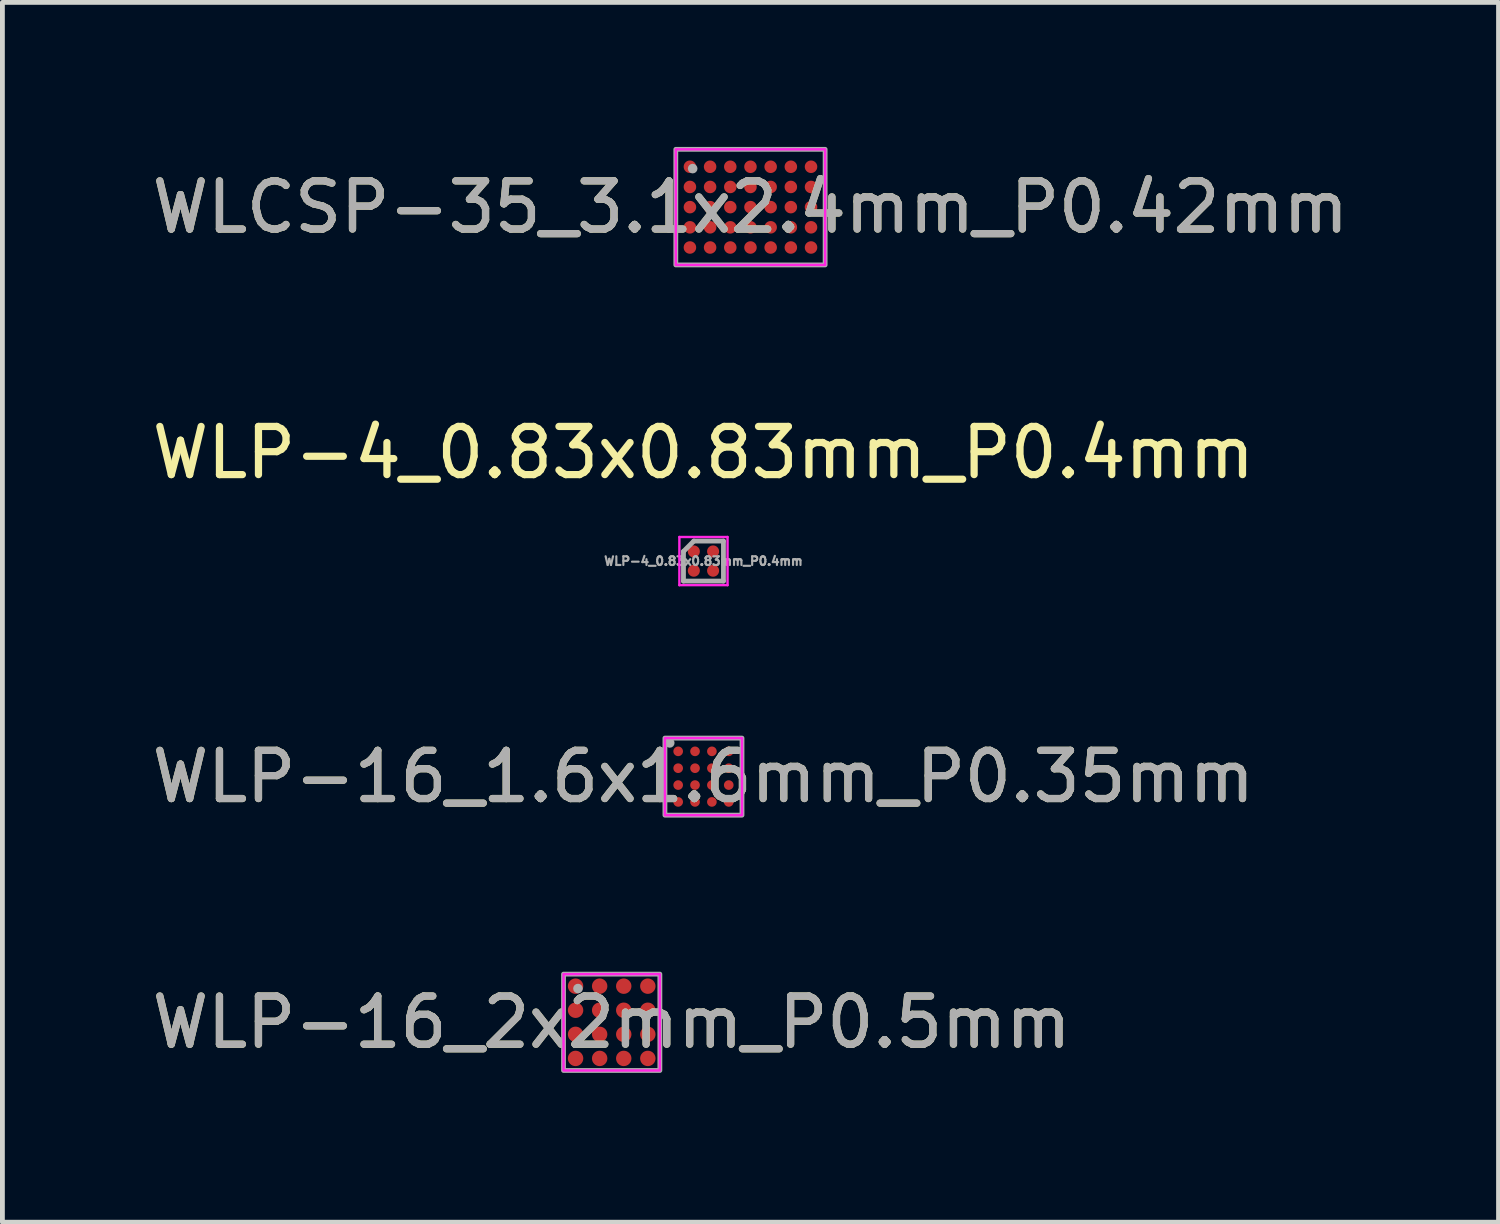
<source format=kicad_pcb>
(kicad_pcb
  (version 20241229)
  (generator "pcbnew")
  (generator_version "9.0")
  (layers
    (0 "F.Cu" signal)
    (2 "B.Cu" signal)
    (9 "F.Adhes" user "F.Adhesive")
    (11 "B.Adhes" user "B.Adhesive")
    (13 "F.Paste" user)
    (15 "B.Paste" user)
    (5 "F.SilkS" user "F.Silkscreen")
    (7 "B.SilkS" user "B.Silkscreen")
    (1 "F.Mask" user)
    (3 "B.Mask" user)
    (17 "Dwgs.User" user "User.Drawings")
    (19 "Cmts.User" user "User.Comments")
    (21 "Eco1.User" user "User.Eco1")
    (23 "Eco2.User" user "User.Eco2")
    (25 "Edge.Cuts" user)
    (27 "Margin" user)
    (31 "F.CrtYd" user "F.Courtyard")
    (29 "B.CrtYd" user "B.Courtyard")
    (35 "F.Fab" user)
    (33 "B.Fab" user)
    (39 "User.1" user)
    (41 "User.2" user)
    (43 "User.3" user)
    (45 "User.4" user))
  (footprint "WLP-16_2x2mm_P0.5mm"
    (layer "F.Cu")
    (at 9.649 18.173)
    (property "Reference" "WLP-16_2x2mm_P0.5mm" (at 0 0 0) (unlocked yes) (layer "F.SilkS") (effects (font (size 1 1) (thickness 0.15))))
    (attr smd)
    (fp_line (start -1.1 -1.1) (end -0.8 -1.1) (stroke (width 0.1) (type solid)) (layer "Eco1.User"))
    (fp_line (start -1.1 -0.8) (end -1.1 -1.1) (stroke (width 0.1) (type solid)) (layer "Eco1.User"))
    (fp_line (start -1.1 0.8) (end -1.1 1.1) (stroke (width 0.1) (type solid)) (layer "Eco1.User"))
    (fp_line (start -1.1 1.1) (end -0.8 1.1) (stroke (width 0.1) (type solid)) (layer "Eco1.User"))
    (fp_line (start 0.8 -1.1) (end 1.1 -1.1) (stroke (width 0.1) (type solid)) (layer "Eco1.User"))
    (fp_line (start 1.1 -1.1) (end 1.1 -0.8) (stroke (width 0.1) (type solid)) (layer "Eco1.User"))
    (fp_line (start 1.1 0.8) (end 1.1 1.1) (stroke (width 0.1) (type solid)) (layer "Eco1.User"))
    (fp_line (start 1.1 1.1) (end 0.8 1.1) (stroke (width 0.1) (type solid)) (layer "Eco1.User"))
    (fp_rect (start -1 -1) (end 1 1) (stroke (width 0.05) (type default)) (fill no) (layer "F.CrtYd"))
    (fp_rect (start -1 -1) (end 1 1) (stroke (width 0.1) (type default)) (fill no) (layer "F.Fab"))
    (fp_circle (center -0.7 -0.7) (end -0.65 -0.7) (stroke (width 0.1) (type default)) (fill no) (layer "F.Fab"))
    (fp_text user "${REFERENCE}" (at 0 0 0) (unlocked yes) (layer "F.Fab") (effects (font (size 1 1) (thickness 0.15))))
    (pad "A1" smd circle (at -0.75 -0.75) (size 0.32 0.32) (layers "F.Cu" "F.Mask" "F.Paste"))
    (pad "A2" smd circle (at -0.25 -0.75) (size 0.32 0.32) (layers "F.Cu" "F.Mask" "F.Paste"))
    (pad "A3" smd circle (at 0.25 -0.75) (size 0.32 0.32) (layers "F.Cu" "F.Mask" "F.Paste"))
    (pad "A4" smd circle (at 0.75 -0.75) (size 0.32 0.32) (layers "F.Cu" "F.Mask" "F.Paste"))
    (pad "B1" smd circle (at -0.75 -0.25) (size 0.32 0.32) (layers "F.Cu" "F.Mask" "F.Paste"))
    (pad "B2" smd circle (at -0.25 -0.25) (size 0.32 0.32) (layers "F.Cu" "F.Mask" "F.Paste"))
    (pad "B3" smd circle (at 0.25 -0.25) (size 0.32 0.32) (layers "F.Cu" "F.Mask" "F.Paste"))
    (pad "B4" smd circle (at 0.75 -0.25) (size 0.32 0.32) (layers "F.Cu" "F.Mask" "F.Paste"))
    (pad "C1" smd circle (at -0.75 0.25) (size 0.32 0.32) (layers "F.Cu" "F.Mask" "F.Paste"))
    (pad "C2" smd circle (at -0.25 0.25) (size 0.32 0.32) (layers "F.Cu" "F.Mask" "F.Paste"))
    (pad "C3" smd circle (at 0.25 0.25) (size 0.32 0.32) (layers "F.Cu" "F.Mask" "F.Paste"))
    (pad "C4" smd circle (at 0.75 0.25) (size 0.32 0.32) (layers "F.Cu" "F.Mask" "F.Paste"))
    (pad "D1" smd circle (at -0.75 0.75) (size 0.32 0.32) (layers "F.Cu" "F.Mask" "F.Paste"))
    (pad "D2" smd circle (at -0.25 0.75) (size 0.32 0.32) (layers "F.Cu" "F.Mask" "F.Paste"))
    (pad "D3" smd circle (at 0.25 0.75) (size 0.32 0.32) (layers "F.Cu" "F.Mask" "F.Paste"))
    (pad "D4" smd circle (at 0.75 0.75) (size 0.32 0.32) (layers "F.Cu" "F.Mask" "F.Paste")))
  (footprint "WLP-4_0.83x0.83mm_P0.4mm"
    (layer "F.Cu")
    (at 11.554 8.598)
    (property "Reference" "WLP-4_0.83x0.83mm_P0.4mm" (at 0 -2.25 0) (layer "F.SilkS") (effects (font (size 1 1) (thickness 0.15))))
    (attr smd)
    (fp_line (start -0.5 -0.5) (end 0.5 -0.5) (stroke (width 0.05) (type solid)) (layer "F.CrtYd"))
    (fp_line (start -0.5 0.5) (end -0.5 -0.5) (stroke (width 0.05) (type solid)) (layer "F.CrtYd"))
    (fp_line (start 0.5 -0.5) (end 0.5 0.5) (stroke (width 0.05) (type solid)) (layer "F.CrtYd"))
    (fp_line (start 0.5 0.5) (end -0.5 0.5) (stroke (width 0.05) (type solid)) (layer "F.CrtYd"))
    (fp_line (start -0.415 -0.2) (end -0.415 0.415) (stroke (width 0.1) (type solid)) (layer "F.Fab"))
    (fp_line (start -0.2 -0.415) (end -0.415 -0.2) (stroke (width 0.1) (type solid)) (layer "F.Fab"))
    (fp_line (start 0.415 -0.415) (end -0.2 -0.415) (stroke (width 0.1) (type solid)) (layer "F.Fab"))
    (fp_line (start 0.415 -0.415) (end 0.415 0.415) (stroke (width 0.1) (type solid)) (layer "F.Fab"))
    (fp_line (start 0.415 0.415) (end -0.415 0.415) (stroke (width 0.1) (type solid)) (layer "F.Fab"))
    (fp_text user "${REFERENCE}" (at 0 0 0) (layer "F.Fab") (effects (font (size 0.18 0.18) (thickness 0.045))))
    (pad "A1" smd circle (at -0.2 -0.2) (size 0.25 0.25) (layers "F.Cu" "F.Mask" "F.Paste"))
    (pad "A2" smd circle (at 0.2 -0.2) (size 0.25 0.25) (layers "F.Cu" "F.Mask" "F.Paste"))
    (pad "B1" smd circle (at -0.2 0.2) (size 0.25 0.25) (layers "F.Cu" "F.Mask" "F.Paste"))
    (pad "B2" smd circle (at 0.2 0.2) (size 0.25 0.25) (layers "F.Cu" "F.Mask" "F.Paste")))
  (footprint "WLCSP-35_3.1x2.4mm_P0.42mm"
    (layer "F.Cu")
    (at 12.53 1.25)
    (property "Reference" "WLCSP-35_3.1x2.4mm_P0.42mm" (at 0 0 0) (unlocked yes) (layer "F.SilkS") (effects (font (size 1 1) (thickness 0.15))))
    (attr smd)
    (fp_rect (start -1.55 -1.2) (end 1.55 1.2) (stroke (width 0.05) (type default)) (fill no) (layer "F.CrtYd"))
    (fp_rect (start -1.55 -1.2) (end 1.55 1.2) (stroke (width 0.1) (type default)) (fill no) (layer "F.Fab"))
    (fp_circle (center -1.2 -0.8) (end -1.15 -0.8) (stroke (width 0.1) (type default)) (fill no) (layer "F.Fab"))
    (fp_text user "${REFERENCE}" (at 0 0 0) (unlocked yes) (layer "F.Fab") (effects (font (size 1 1) (thickness 0.15))))
    (pad "A1" smd circle (at -1.257 -0.838) (size 0.26 0.26) (layers "F.Cu" "F.Mask" "F.Paste"))
    (pad "A2" smd circle (at -0.838 -0.838) (size 0.26 0.26) (layers "F.Cu" "F.Mask" "F.Paste"))
    (pad "A3" smd circle (at -0.419 -0.838) (size 0.26 0.26) (layers "F.Cu" "F.Mask" "F.Paste"))
    (pad "A4" smd circle (at 0 -0.838) (size 0.26 0.26) (layers "F.Cu" "F.Mask" "F.Paste"))
    (pad "A5" smd circle (at 0.419 -0.838) (size 0.26 0.26) (layers "F.Cu" "F.Mask" "F.Paste"))
    (pad "A6" smd circle (at 0.838 -0.838) (size 0.26 0.26) (layers "F.Cu" "F.Mask" "F.Paste"))
    (pad "A7" smd circle (at 1.257 -0.838) (size 0.26 0.26) (layers "F.Cu" "F.Mask" "F.Paste"))
    (pad "B1" smd circle (at -1.257 -0.419) (size 0.26 0.26) (layers "F.Cu" "F.Mask" "F.Paste"))
    (pad "B2" smd circle (at -0.838 -0.419) (size 0.26 0.26) (layers "F.Cu" "F.Mask" "F.Paste"))
    (pad "B3" smd circle (at -0.419 -0.419) (size 0.26 0.26) (layers "F.Cu" "F.Mask" "F.Paste"))
    (pad "B4" smd circle (at 0 -0.419) (size 0.26 0.26) (layers "F.Cu" "F.Mask" "F.Paste"))
    (pad "B5" smd circle (at 0.419 -0.419) (size 0.26 0.26) (layers "F.Cu" "F.Mask" "F.Paste"))
    (pad "B6" smd circle (at 0.838 -0.419) (size 0.26 0.26) (layers "F.Cu" "F.Mask" "F.Paste"))
    (pad "B7" smd circle (at 1.257 -0.419) (size 0.26 0.26) (layers "F.Cu" "F.Mask" "F.Paste"))
    (pad "C1" smd circle (at -1.257 0) (size 0.26 0.26) (layers "F.Cu" "F.Mask" "F.Paste"))
    (pad "C2" smd circle (at -0.838 0) (size 0.26 0.26) (layers "F.Cu" "F.Mask" "F.Paste"))
    (pad "C3" smd circle (at -0.419 0) (size 0.26 0.26) (layers "F.Cu" "F.Mask" "F.Paste"))
    (pad "C4" smd circle (at 0 0) (size 0.26 0.26) (layers "F.Cu" "F.Mask" "F.Paste"))
    (pad "C5" smd circle (at 0.419 0) (size 0.26 0.26) (layers "F.Cu" "F.Mask" "F.Paste"))
    (pad "C6" smd circle (at 0.838 0) (size 0.26 0.26) (layers "F.Cu" "F.Mask" "F.Paste"))
    (pad "C7" smd circle (at 1.257 0) (size 0.26 0.26) (layers "F.Cu" "F.Mask" "F.Paste"))
    (pad "D1" smd circle (at -1.257 0.419) (size 0.26 0.26) (layers "F.Cu" "F.Mask" "F.Paste"))
    (pad "D2" smd circle (at -0.838 0.419) (size 0.26 0.26) (layers "F.Cu" "F.Mask" "F.Paste"))
    (pad "D3" smd circle (at -0.419 0.419) (size 0.26 0.26) (layers "F.Cu" "F.Mask" "F.Paste"))
    (pad "D4" smd circle (at 0 0.419) (size 0.26 0.26) (layers "F.Cu" "F.Mask" "F.Paste"))
    (pad "D5" smd circle (at 0.419 0.419) (size 0.26 0.26) (layers "F.Cu" "F.Mask" "F.Paste"))
    (pad "D6" smd circle (at 0.838 0.419) (size 0.26 0.26) (layers "F.Cu" "F.Mask" "F.Paste"))
    (pad "D7" smd circle (at 1.257 0.419) (size 0.26 0.26) (layers "F.Cu" "F.Mask" "F.Paste"))
    (pad "E1" smd circle (at -1.257 0.838) (size 0.26 0.26) (layers "F.Cu" "F.Mask" "F.Paste"))
    (pad "E2" smd circle (at -0.838 0.838) (size 0.26 0.26) (layers "F.Cu" "F.Mask" "F.Paste"))
    (pad "E3" smd circle (at -0.419 0.838) (size 0.26 0.26) (layers "F.Cu" "F.Mask" "F.Paste"))
    (pad "E4" smd circle (at 0 0.838) (size 0.26 0.26) (layers "F.Cu" "F.Mask" "F.Paste"))
    (pad "E5" smd circle (at 0.419 0.838) (size 0.26 0.26) (layers "F.Cu" "F.Mask" "F.Paste"))
    (pad "E6" smd circle (at 0.838 0.838) (size 0.26 0.26) (layers "F.Cu" "F.Mask" "F.Paste"))
    (pad "E7" smd circle (at 1.257 0.838) (size 0.26 0.26) (layers "F.Cu" "F.Mask" "F.Paste")))
  (footprint "WLP-16_1.6x1.6mm_P0.35mm"
    (layer "F.Cu")
    (at 11.554 13.073)
    (property "Reference" "WLP-16_1.6x1.6mm_P0.35mm" (at 0 0 0) (unlocked yes) (layer "F.SilkS") (effects (font (size 1 1) (thickness 0.15))))
    (attr smd)
    (fp_line (start -0.9 -0.9) (end -0.6 -0.9) (stroke (width 0.1) (type solid)) (layer "Eco1.User"))
    (fp_line (start -0.9 -0.6) (end -0.9 -0.9) (stroke (width 0.1) (type solid)) (layer "Eco1.User"))
    (fp_line (start -0.9 0.6) (end -0.9 0.9) (stroke (width 0.1) (type solid)) (layer "Eco1.User"))
    (fp_line (start -0.9 0.9) (end -0.6 0.9) (stroke (width 0.1) (type solid)) (layer "Eco1.User"))
    (fp_line (start 0.6 -0.9) (end 0.9 -0.9) (stroke (width 0.1) (type solid)) (layer "Eco1.User"))
    (fp_line (start 0.9 -0.9) (end 0.9 -0.6) (stroke (width 0.1) (type solid)) (layer "Eco1.User"))
    (fp_line (start 0.9 0.6) (end 0.9 0.9) (stroke (width 0.1) (type solid)) (layer "Eco1.User"))
    (fp_line (start 0.9 0.9) (end 0.6 0.9) (stroke (width 0.1) (type solid)) (layer "Eco1.User"))
    (fp_rect (start -0.8 -0.8) (end 0.8 0.8) (stroke (width 0.05) (type solid)) (fill no) (layer "F.CrtYd"))
    (fp_rect (start -0.8 -0.8) (end 0.8 0.8) (stroke (width 0.1) (type solid)) (fill no) (layer "F.Fab"))
    (fp_circle (center -0.7 -0.7) (end -0.65 -0.7) (stroke (width 0.1) (type default)) (fill no) (layer "F.Fab"))
    (fp_text user "${REFERENCE}" (at 0 0 0) (unlocked yes) (layer "F.Fab") (effects (font (size 1 1) (thickness 0.15))))
    (pad "A1" smd circle (at -0.525 -0.525) (size 0.2 0.2) (layers "F.Cu" "F.Mask" "F.Paste"))
    (pad "A2" smd circle (at -0.175 -0.525) (size 0.2 0.2) (layers "F.Cu" "F.Mask" "F.Paste"))
    (pad "A3" smd circle (at 0.175 -0.525) (size 0.2 0.2) (layers "F.Cu" "F.Mask" "F.Paste"))
    (pad "A4" smd circle (at 0.525 -0.525) (size 0.2 0.2) (layers "F.Cu" "F.Mask" "F.Paste"))
    (pad "B1" smd circle (at -0.525 -0.175) (size 0.2 0.2) (layers "F.Cu" "F.Mask" "F.Paste"))
    (pad "B2" smd circle (at -0.175 -0.175) (size 0.2 0.2) (layers "F.Cu" "F.Mask" "F.Paste"))
    (pad "B3" smd circle (at 0.175 -0.175) (size 0.2 0.2) (layers "F.Cu" "F.Mask" "F.Paste"))
    (pad "B4" smd circle (at 0.525 -0.175) (size 0.2 0.2) (layers "F.Cu" "F.Mask" "F.Paste"))
    (pad "C1" smd circle (at -0.525 0.175) (size 0.2 0.2) (layers "F.Cu" "F.Mask" "F.Paste"))
    (pad "C2" smd circle (at -0.175 0.175) (size 0.2 0.2) (layers "F.Cu" "F.Mask" "F.Paste"))
    (pad "C3" smd circle (at 0.175 0.175) (size 0.2 0.2) (layers "F.Cu" "F.Mask" "F.Paste"))
    (pad "C4" smd circle (at 0.525 0.175) (size 0.2 0.2) (layers "F.Cu" "F.Mask" "F.Paste"))
    (pad "D1" smd circle (at -0.525 0.525) (size 0.2 0.2) (layers "F.Cu" "F.Mask" "F.Paste"))
    (pad "D2" smd circle (at -0.175 0.525) (size 0.2 0.2) (layers "F.Cu" "F.Mask" "F.Paste"))
    (pad "D3" smd circle (at 0.175 0.525) (size 0.2 0.2) (layers "F.Cu" "F.Mask" "F.Paste"))
    (pad "D4" smd circle (at 0.525 0.525) (size 0.2 0.2) (layers "F.Cu" "F.Mask" "F.Paste")))
  (gr_rect
    (start -3 -3)
    (end 28.06 22.323)
    (stroke (width 0.1) (type default))
    (fill no)
    (layer "Edge.Cuts")))
</source>
